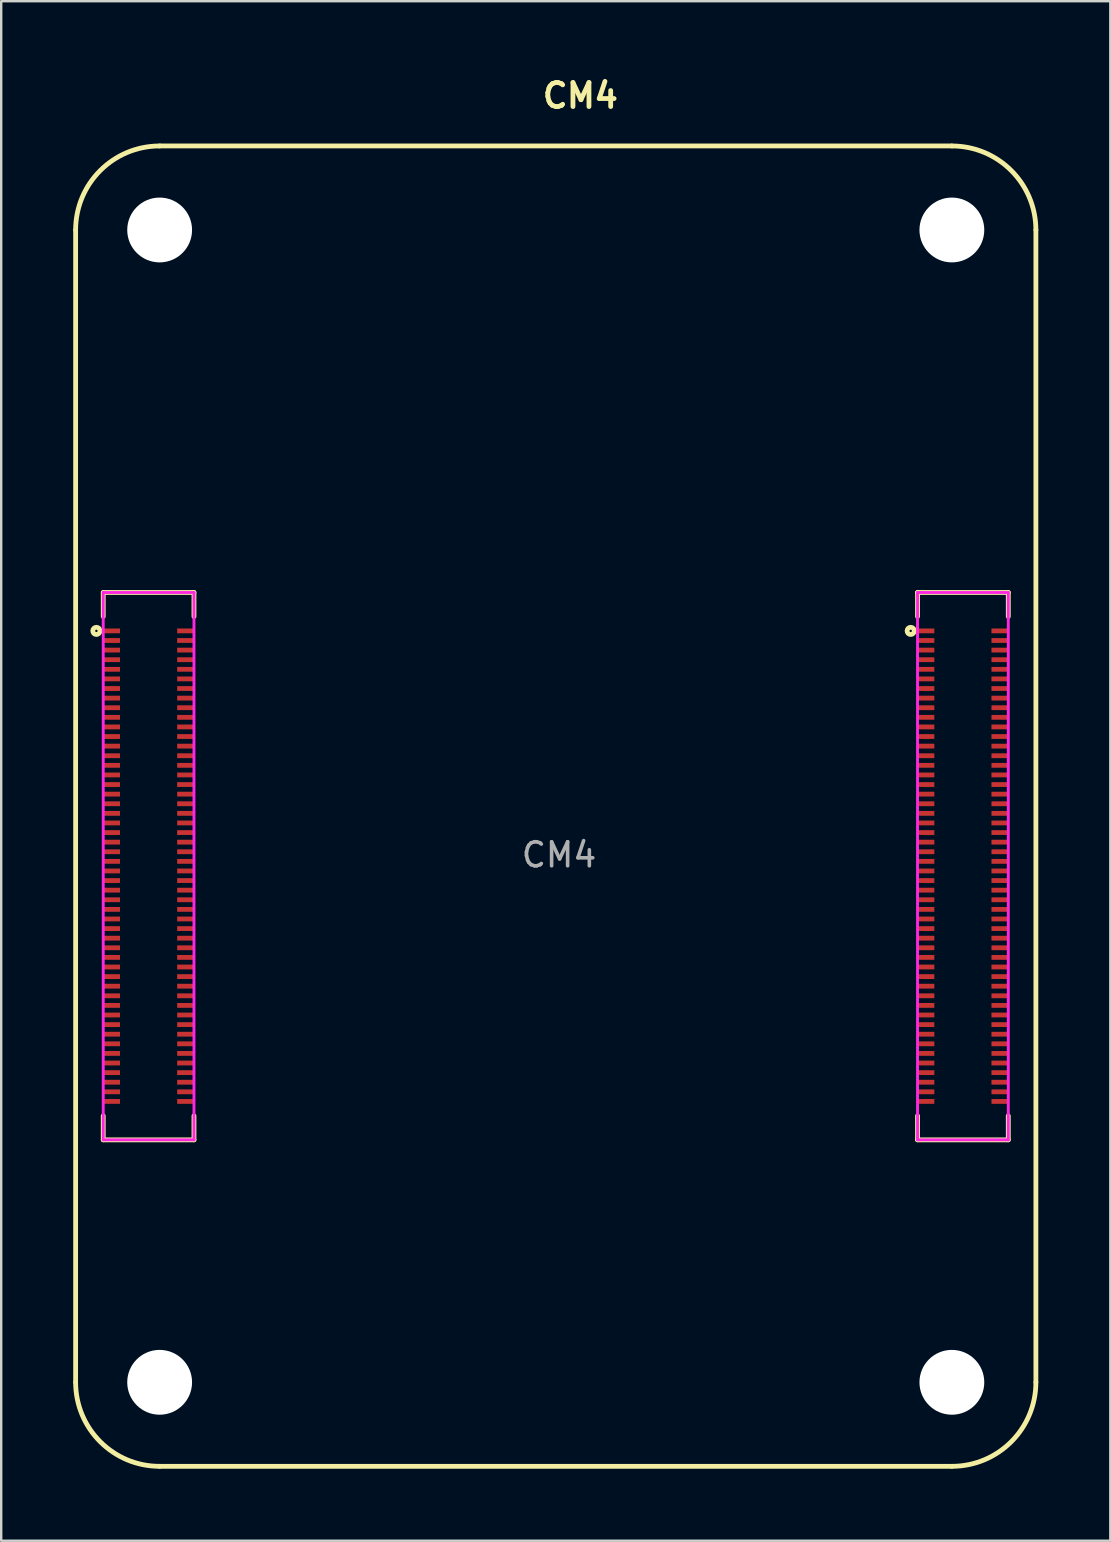
<source format=kicad_pcb>
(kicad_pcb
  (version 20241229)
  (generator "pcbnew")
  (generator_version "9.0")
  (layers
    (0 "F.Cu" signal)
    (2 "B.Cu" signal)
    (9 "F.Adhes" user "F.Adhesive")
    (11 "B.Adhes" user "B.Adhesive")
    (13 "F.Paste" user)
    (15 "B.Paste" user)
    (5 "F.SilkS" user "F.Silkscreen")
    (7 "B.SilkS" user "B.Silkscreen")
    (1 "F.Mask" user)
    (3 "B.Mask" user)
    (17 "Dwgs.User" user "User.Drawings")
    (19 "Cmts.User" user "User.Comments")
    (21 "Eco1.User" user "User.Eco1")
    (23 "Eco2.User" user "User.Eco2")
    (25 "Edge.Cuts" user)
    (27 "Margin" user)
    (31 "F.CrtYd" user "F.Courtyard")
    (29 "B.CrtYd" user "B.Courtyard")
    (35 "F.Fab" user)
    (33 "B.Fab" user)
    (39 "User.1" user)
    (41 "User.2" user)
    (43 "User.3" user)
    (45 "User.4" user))
  (footprint "CM4"
    (layer "F.Cu")
    (at 3.515 54.465)
    (property "Reference" "CM4" (at 17.611 -53.529 0) (unlocked yes) (layer "F.SilkS") (effects (font (size 1 1) (thickness 0.2))))
    (attr smd)
    (fp_line (start -3.415 -47.935) (end -3.415 0.065) (stroke (width 0.2) (type solid)) (layer "F.SilkS"))
    (fp_line (start -2.265 -32.835) (end -2.265 -31.835) (stroke (width 0.2) (type solid)) (layer "F.SilkS"))
    (fp_line (start -2.265 -32.835) (end 1.515 -32.835) (stroke (width 0.2) (type solid)) (layer "F.SilkS"))
    (fp_line (start -2.265 -10.035) (end -2.265 -11.035) (stroke (width 0.2) (type solid)) (layer "F.SilkS"))
    (fp_line (start -2.265 -10.035) (end 1.515 -10.035) (stroke (width 0.2) (type solid)) (layer "F.SilkS"))
    (fp_line (start 0.085 3.565) (end 33.085 3.565) (stroke (width 0.2) (type solid)) (layer "F.SilkS"))
    (fp_line (start 1.515 -32.835) (end 1.515 -31.835) (stroke (width 0.2) (type solid)) (layer "F.SilkS"))
    (fp_line (start 1.515 -10.035) (end 1.515 -11.035) (stroke (width 0.2) (type solid)) (layer "F.SilkS"))
    (fp_line (start 31.655 -32.835) (end 31.655 -31.835) (stroke (width 0.2) (type solid)) (layer "F.SilkS"))
    (fp_line (start 31.655 -32.835) (end 35.435 -32.835) (stroke (width 0.2) (type solid)) (layer "F.SilkS"))
    (fp_line (start 31.655 -10.035) (end 31.655 -11.035) (stroke (width 0.2) (type solid)) (layer "F.SilkS"))
    (fp_line (start 31.655 -10.035) (end 35.435 -10.035) (stroke (width 0.2) (type solid)) (layer "F.SilkS"))
    (fp_line (start 33.085 -51.435) (end 0.085 -51.435) (stroke (width 0.2) (type solid)) (layer "F.SilkS"))
    (fp_line (start 35.435 -32.835) (end 35.435 -31.835) (stroke (width 0.2) (type solid)) (layer "F.SilkS"))
    (fp_line (start 35.435 -10.035) (end 35.435 -11.035) (stroke (width 0.2) (type solid)) (layer "F.SilkS"))
    (fp_line (start 36.585 0.065) (end 36.585 -47.935) (stroke (width 0.2) (type solid)) (layer "F.SilkS"))
    (fp_arc (start -3.414874 -47.934874) (mid -2.389748 -50.409748) (end 0.085126 -51.434874) (stroke (width 0.2) (type solid)) (layer "F.SilkS"))
    (fp_arc (start 0.085126 3.565126) (mid -2.389748 2.54) (end -3.414874 0.065126) (stroke (width 0.2) (type solid)) (layer "F.SilkS"))
    (fp_arc (start 33.085126 -51.434874) (mid 35.56 -50.409748) (end 36.585126 -47.934874) (stroke (width 0.2) (type solid)) (layer "F.SilkS"))
    (fp_arc (start 36.585126 0.065126) (mid 35.56 2.54) (end 33.085126 3.565126) (stroke (width 0.2) (type solid)) (layer "F.SilkS"))
    (fp_circle (center -2.55 -31.235) (end -2.5 -31.235) (stroke (width 0.2) (type solid)) (fill no) (layer "F.SilkS"))
    (fp_circle (center 31.37 -31.235) (end 31.42 -31.235) (stroke (width 0.2) (type solid)) (fill no) (layer "F.SilkS"))
    (fp_line (start -2.265 -32.835) (end 1.515 -32.835) (stroke (width 0.12) (type solid)) (layer "F.CrtYd"))
    (fp_line (start -2.265 -10.035) (end -2.265 -32.835) (stroke (width 0.12) (type solid)) (layer "F.CrtYd"))
    (fp_line (start 1.515 -32.835) (end 1.515 -10.035) (stroke (width 0.12) (type solid)) (layer "F.CrtYd"))
    (fp_line (start 1.515 -10.035) (end -2.265 -10.035) (stroke (width 0.12) (type solid)) (layer "F.CrtYd"))
    (fp_line (start 31.655 -32.835) (end 35.435 -32.835) (stroke (width 0.12) (type solid)) (layer "F.CrtYd"))
    (fp_line (start 31.655 -10.035) (end 31.655 -32.835) (stroke (width 0.12) (type solid)) (layer "F.CrtYd"))
    (fp_line (start 35.435 -32.835) (end 35.435 -10.035) (stroke (width 0.12) (type solid)) (layer "F.CrtYd"))
    (fp_line (start 35.435 -10.035) (end 31.655 -10.035) (stroke (width 0.12) (type solid)) (layer "F.CrtYd"))
    (fp_text user "${REFERENCE}" (at 16.722 -21.906 0) (unlocked yes) (layer "F.Fab") (effects (font (size 1 1) (thickness 0.15))))
    (pad "" np_thru_hole circle (at 0.085 -47.935) (size 2.7 2.7) (drill 2.7) (layers "*.Cu" "*.Mask"))
    (pad "" np_thru_hole circle (at 0.085 0.065) (size 2.7 2.7) (drill 2.7) (layers "*.Cu" "*.Mask"))
    (pad "" np_thru_hole circle (at 33.085 -47.935) (size 2.7 2.7) (drill 2.7) (layers "*.Cu" "*.Mask"))
    (pad "" np_thru_hole circle (at 33.085 0.065) (size 2.7 2.7) (drill 2.7) (layers "*.Cu" "*.Mask"))
    (pad "1" smd rect (at -1.915 -31.235 270) (size 0.2 0.7) (layers "F.Cu" "F.Mask" "F.Paste"))
    (pad "2" smd rect (at 1.165 -31.235 270) (size 0.2 0.7) (layers "F.Cu" "F.Mask" "F.Paste"))
    (pad "3" smd rect (at -1.915 -30.835 270) (size 0.2 0.7) (layers "F.Cu" "F.Mask" "F.Paste"))
    (pad "4" smd rect (at 1.165 -30.835 270) (size 0.2 0.7) (layers "F.Cu" "F.Mask" "F.Paste"))
    (pad "5" smd rect (at -1.915 -30.435 270) (size 0.2 0.7) (layers "F.Cu" "F.Mask" "F.Paste"))
    (pad "6" smd rect (at 1.165 -30.435 270) (size 0.2 0.7) (layers "F.Cu" "F.Mask" "F.Paste"))
    (pad "7" smd rect (at -1.915 -30.035 270) (size 0.2 0.7) (layers "F.Cu" "F.Mask" "F.Paste"))
    (pad "8" smd rect (at 1.165 -30.035 270) (size 0.2 0.7) (layers "F.Cu" "F.Mask" "F.Paste"))
    (pad "9" smd rect (at -1.915 -29.635 270) (size 0.2 0.7) (layers "F.Cu" "F.Mask" "F.Paste"))
    (pad "10" smd rect (at 1.165 -29.635 270) (size 0.2 0.7) (layers "F.Cu" "F.Mask" "F.Paste"))
    (pad "11" smd rect (at -1.915 -29.235 270) (size 0.2 0.7) (layers "F.Cu" "F.Mask" "F.Paste"))
    (pad "12" smd rect (at 1.165 -29.235 270) (size 0.2 0.7) (layers "F.Cu" "F.Mask" "F.Paste"))
    (pad "13" smd rect (at -1.915 -28.835 270) (size 0.2 0.7) (layers "F.Cu" "F.Mask" "F.Paste"))
    (pad "14" smd rect (at 1.165 -28.835 270) (size 0.2 0.7) (layers "F.Cu" "F.Mask" "F.Paste"))
    (pad "15" smd rect (at -1.915 -28.435 270) (size 0.2 0.7) (layers "F.Cu" "F.Mask" "F.Paste"))
    (pad "16" smd rect (at 1.165 -28.435 270) (size 0.2 0.7) (layers "F.Cu" "F.Mask" "F.Paste"))
    (pad "17" smd rect (at -1.915 -28.035 270) (size 0.2 0.7) (layers "F.Cu" "F.Mask" "F.Paste"))
    (pad "18" smd rect (at 1.165 -28.035 270) (size 0.2 0.7) (layers "F.Cu" "F.Mask" "F.Paste"))
    (pad "19" smd rect (at -1.915 -27.635 270) (size 0.2 0.7) (layers "F.Cu" "F.Mask" "F.Paste"))
    (pad "20" smd rect (at 1.165 -27.635 270) (size 0.2 0.7) (layers "F.Cu" "F.Mask" "F.Paste"))
    (pad "21" smd rect (at -1.915 -27.235 270) (size 0.2 0.7) (layers "F.Cu" "F.Mask" "F.Paste"))
    (pad "22" smd rect (at 1.165 -27.235 270) (size 0.2 0.7) (layers "F.Cu" "F.Mask" "F.Paste"))
    (pad "23" smd rect (at -1.915 -26.835 270) (size 0.2 0.7) (layers "F.Cu" "F.Mask" "F.Paste"))
    (pad "24" smd rect (at 1.165 -26.835 270) (size 0.2 0.7) (layers "F.Cu" "F.Mask" "F.Paste"))
    (pad "25" smd rect (at -1.915 -26.435 270) (size 0.2 0.7) (layers "F.Cu" "F.Mask" "F.Paste"))
    (pad "26" smd rect (at 1.165 -26.435 270) (size 0.2 0.7) (layers "F.Cu" "F.Mask" "F.Paste"))
    (pad "27" smd rect (at -1.915 -26.035 270) (size 0.2 0.7) (layers "F.Cu" "F.Mask" "F.Paste"))
    (pad "28" smd rect (at 1.165 -26.035 270) (size 0.2 0.7) (layers "F.Cu" "F.Mask" "F.Paste"))
    (pad "29" smd rect (at -1.915 -25.635 270) (size 0.2 0.7) (layers "F.Cu" "F.Mask" "F.Paste"))
    (pad "30" smd rect (at 1.165 -25.635 270) (size 0.2 0.7) (layers "F.Cu" "F.Mask" "F.Paste"))
    (pad "31" smd rect (at -1.915 -25.235 270) (size 0.2 0.7) (layers "F.Cu" "F.Mask" "F.Paste"))
    (pad "32" smd rect (at 1.165 -25.235 270) (size 0.2 0.7) (layers "F.Cu" "F.Mask" "F.Paste"))
    (pad "33" smd rect (at -1.915 -24.835 270) (size 0.2 0.7) (layers "F.Cu" "F.Mask" "F.Paste"))
    (pad "34" smd rect (at 1.165 -24.835 270) (size 0.2 0.7) (layers "F.Cu" "F.Mask" "F.Paste"))
    (pad "35" smd rect (at -1.915 -24.435 270) (size 0.2 0.7) (layers "F.Cu" "F.Mask" "F.Paste"))
    (pad "36" smd rect (at 1.165 -24.435 270) (size 0.2 0.7) (layers "F.Cu" "F.Mask" "F.Paste"))
    (pad "37" smd rect (at -1.915 -24.035 270) (size 0.2 0.7) (layers "F.Cu" "F.Mask" "F.Paste"))
    (pad "38" smd rect (at 1.165 -24.035 270) (size 0.2 0.7) (layers "F.Cu" "F.Mask" "F.Paste"))
    (pad "39" smd rect (at -1.915 -23.635 270) (size 0.2 0.7) (layers "F.Cu" "F.Mask" "F.Paste"))
    (pad "40" smd rect (at 1.165 -23.635 270) (size 0.2 0.7) (layers "F.Cu" "F.Mask" "F.Paste"))
    (pad "41" smd rect (at -1.915 -23.235 270) (size 0.2 0.7) (layers "F.Cu" "F.Mask" "F.Paste"))
    (pad "42" smd rect (at 1.165 -23.235 270) (size 0.2 0.7) (layers "F.Cu" "F.Mask" "F.Paste"))
    (pad "43" smd rect (at -1.915 -22.835 270) (size 0.2 0.7) (layers "F.Cu" "F.Mask" "F.Paste"))
    (pad "44" smd rect (at 1.165 -22.835 270) (size 0.2 0.7) (layers "F.Cu" "F.Mask" "F.Paste"))
    (pad "45" smd rect (at -1.915 -22.435 270) (size 0.2 0.7) (layers "F.Cu" "F.Mask" "F.Paste"))
    (pad "46" smd rect (at 1.165 -22.435 270) (size 0.2 0.7) (layers "F.Cu" "F.Mask" "F.Paste"))
    (pad "47" smd rect (at -1.915 -22.035 270) (size 0.2 0.7) (layers "F.Cu" "F.Mask" "F.Paste"))
    (pad "48" smd rect (at 1.165 -22.035 270) (size 0.2 0.7) (layers "F.Cu" "F.Mask" "F.Paste"))
    (pad "49" smd rect (at -1.915 -21.635 270) (size 0.2 0.7) (layers "F.Cu" "F.Mask" "F.Paste"))
    (pad "50" smd rect (at 1.165 -21.635 270) (size 0.2 0.7) (layers "F.Cu" "F.Mask" "F.Paste"))
    (pad "51" smd rect (at -1.915 -21.235 270) (size 0.2 0.7) (layers "F.Cu" "F.Mask" "F.Paste"))
    (pad "52" smd rect (at 1.165 -21.235 270) (size 0.2 0.7) (layers "F.Cu" "F.Mask" "F.Paste"))
    (pad "53" smd rect (at -1.915 -20.835 270) (size 0.2 0.7) (layers "F.Cu" "F.Mask" "F.Paste"))
    (pad "54" smd rect (at 1.165 -20.835 270) (size 0.2 0.7) (layers "F.Cu" "F.Mask" "F.Paste"))
    (pad "55" smd rect (at -1.915 -20.435 270) (size 0.2 0.7) (layers "F.Cu" "F.Mask" "F.Paste"))
    (pad "56" smd rect (at 1.165 -20.435 270) (size 0.2 0.7) (layers "F.Cu" "F.Mask" "F.Paste"))
    (pad "57" smd rect (at -1.915 -20.035 270) (size 0.2 0.7) (layers "F.Cu" "F.Mask" "F.Paste"))
    (pad "58" smd rect (at 1.165 -20.035 270) (size 0.2 0.7) (layers "F.Cu" "F.Mask" "F.Paste"))
    (pad "59" smd rect (at -1.915 -19.635 270) (size 0.2 0.7) (layers "F.Cu" "F.Mask" "F.Paste"))
    (pad "60" smd rect (at 1.165 -19.635 270) (size 0.2 0.7) (layers "F.Cu" "F.Mask" "F.Paste"))
    (pad "61" smd rect (at -1.915 -19.235 270) (size 0.2 0.7) (layers "F.Cu" "F.Mask" "F.Paste"))
    (pad "62" smd rect (at 1.165 -19.235 270) (size 0.2 0.7) (layers "F.Cu" "F.Mask" "F.Paste"))
    (pad "63" smd rect (at -1.915 -18.835 270) (size 0.2 0.7) (layers "F.Cu" "F.Mask" "F.Paste"))
    (pad "64" smd rect (at 1.165 -18.835 270) (size 0.2 0.7) (layers "F.Cu" "F.Mask" "F.Paste"))
    (pad "65" smd rect (at -1.915 -18.435 270) (size 0.2 0.7) (layers "F.Cu" "F.Mask" "F.Paste"))
    (pad "66" smd rect (at 1.165 -18.435 270) (size 0.2 0.7) (layers "F.Cu" "F.Mask" "F.Paste"))
    (pad "67" smd rect (at -1.915 -18.035 270) (size 0.2 0.7) (layers "F.Cu" "F.Mask" "F.Paste"))
    (pad "68" smd rect (at 1.165 -18.035 270) (size 0.2 0.7) (layers "F.Cu" "F.Mask" "F.Paste"))
    (pad "69" smd rect (at -1.915 -17.635 270) (size 0.2 0.7) (layers "F.Cu" "F.Mask" "F.Paste"))
    (pad "70" smd rect (at 1.165 -17.635 270) (size 0.2 0.7) (layers "F.Cu" "F.Mask" "F.Paste"))
    (pad "71" smd rect (at -1.915 -17.235 270) (size 0.2 0.7) (layers "F.Cu" "F.Mask" "F.Paste"))
    (pad "72" smd rect (at 1.165 -17.235 270) (size 0.2 0.7) (layers "F.Cu" "F.Mask" "F.Paste"))
    (pad "73" smd rect (at -1.915 -16.835 270) (size 0.2 0.7) (layers "F.Cu" "F.Mask" "F.Paste"))
    (pad "74" smd rect (at 1.165 -16.835 270) (size 0.2 0.7) (layers "F.Cu" "F.Mask" "F.Paste"))
    (pad "75" smd rect (at -1.915 -16.435 270) (size 0.2 0.7) (layers "F.Cu" "F.Mask" "F.Paste"))
    (pad "76" smd rect (at 1.165 -16.435 270) (size 0.2 0.7) (layers "F.Cu" "F.Mask" "F.Paste"))
    (pad "77" smd rect (at -1.915 -16.035 270) (size 0.2 0.7) (layers "F.Cu" "F.Mask" "F.Paste"))
    (pad "78" smd rect (at 1.165 -16.035 270) (size 0.2 0.7) (layers "F.Cu" "F.Mask" "F.Paste"))
    (pad "79" smd rect (at -1.915 -15.635 270) (size 0.2 0.7) (layers "F.Cu" "F.Mask" "F.Paste"))
    (pad "80" smd rect (at 1.165 -15.635 270) (size 0.2 0.7) (layers "F.Cu" "F.Mask" "F.Paste"))
    (pad "81" smd rect (at -1.915 -15.235 270) (size 0.2 0.7) (layers "F.Cu" "F.Mask" "F.Paste"))
    (pad "82" smd rect (at 1.165 -15.235 270) (size 0.2 0.7) (layers "F.Cu" "F.Mask" "F.Paste"))
    (pad "83" smd rect (at -1.915 -14.835 270) (size 0.2 0.7) (layers "F.Cu" "F.Mask" "F.Paste"))
    (pad "84" smd rect (at 1.165 -14.835 270) (size 0.2 0.7) (layers "F.Cu" "F.Mask" "F.Paste"))
    (pad "85" smd rect (at -1.915 -14.435 270) (size 0.2 0.7) (layers "F.Cu" "F.Mask" "F.Paste"))
    (pad "86" smd rect (at 1.165 -14.435 270) (size 0.2 0.7) (layers "F.Cu" "F.Mask" "F.Paste"))
    (pad "87" smd rect (at -1.915 -14.035 270) (size 0.2 0.7) (layers "F.Cu" "F.Mask" "F.Paste"))
    (pad "88" smd rect (at 1.165 -14.035 270) (size 0.2 0.7) (layers "F.Cu" "F.Mask" "F.Paste"))
    (pad "89" smd rect (at -1.915 -13.635 270) (size 0.2 0.7) (layers "F.Cu" "F.Mask" "F.Paste"))
    (pad "90" smd rect (at 1.165 -13.635 270) (size 0.2 0.7) (layers "F.Cu" "F.Mask" "F.Paste"))
    (pad "91" smd rect (at -1.915 -13.235 270) (size 0.2 0.7) (layers "F.Cu" "F.Mask" "F.Paste"))
    (pad "92" smd rect (at 1.165 -13.235 270) (size 0.2 0.7) (layers "F.Cu" "F.Mask" "F.Paste"))
    (pad "93" smd rect (at -1.915 -12.835 270) (size 0.2 0.7) (layers "F.Cu" "F.Mask" "F.Paste"))
    (pad "94" smd rect (at 1.165 -12.835 270) (size 0.2 0.7) (layers "F.Cu" "F.Mask" "F.Paste"))
    (pad "95" smd rect (at -1.915 -12.435 270) (size 0.2 0.7) (layers "F.Cu" "F.Mask" "F.Paste"))
    (pad "96" smd rect (at 1.165 -12.435 270) (size 0.2 0.7) (layers "F.Cu" "F.Mask" "F.Paste"))
    (pad "97" smd rect (at -1.915 -12.035 270) (size 0.2 0.7) (layers "F.Cu" "F.Mask" "F.Paste"))
    (pad "98" smd rect (at 1.165 -12.035 270) (size 0.2 0.7) (layers "F.Cu" "F.Mask" "F.Paste"))
    (pad "99" smd rect (at -1.915 -11.635 270) (size 0.2 0.7) (layers "F.Cu" "F.Mask" "F.Paste"))
    (pad "100" smd rect (at 1.165 -11.635 270) (size 0.2 0.7) (layers "F.Cu" "F.Mask" "F.Paste"))
    (pad "101" smd rect (at 32.005 -31.235 270) (size 0.2 0.7) (layers "F.Cu" "F.Mask" "F.Paste"))
    (pad "102" smd rect (at 35.085 -31.235 270) (size 0.2 0.7) (layers "F.Cu" "F.Mask" "F.Paste"))
    (pad "103" smd rect (at 32.005 -30.835 270) (size 0.2 0.7) (layers "F.Cu" "F.Mask" "F.Paste"))
    (pad "104" smd rect (at 35.085 -30.835 270) (size 0.2 0.7) (layers "F.Cu" "F.Mask" "F.Paste"))
    (pad "105" smd rect (at 32.005 -30.435 270) (size 0.2 0.7) (layers "F.Cu" "F.Mask" "F.Paste"))
    (pad "106" smd rect (at 35.085 -30.435 270) (size 0.2 0.7) (layers "F.Cu" "F.Mask" "F.Paste"))
    (pad "107" smd rect (at 32.005 -30.035 270) (size 0.2 0.7) (layers "F.Cu" "F.Mask" "F.Paste"))
    (pad "108" smd rect (at 35.085 -30.035 270) (size 0.2 0.7) (layers "F.Cu" "F.Mask" "F.Paste"))
    (pad "109" smd rect (at 32.005 -29.635 270) (size 0.2 0.7) (layers "F.Cu" "F.Mask" "F.Paste"))
    (pad "110" smd rect (at 35.085 -29.635 270) (size 0.2 0.7) (layers "F.Cu" "F.Mask" "F.Paste"))
    (pad "111" smd rect (at 32.005 -29.235 270) (size 0.2 0.7) (layers "F.Cu" "F.Mask" "F.Paste"))
    (pad "112" smd rect (at 35.085 -29.235 270) (size 0.2 0.7) (layers "F.Cu" "F.Mask" "F.Paste"))
    (pad "113" smd rect (at 32.005 -28.835 270) (size 0.2 0.7) (layers "F.Cu" "F.Mask" "F.Paste"))
    (pad "114" smd rect (at 35.085 -28.835 270) (size 0.2 0.7) (layers "F.Cu" "F.Mask" "F.Paste"))
    (pad "115" smd rect (at 32.005 -28.435 270) (size 0.2 0.7) (layers "F.Cu" "F.Mask" "F.Paste"))
    (pad "116" smd rect (at 35.085 -28.435 270) (size 0.2 0.7) (layers "F.Cu" "F.Mask" "F.Paste"))
    (pad "117" smd rect (at 32.005 -28.035 270) (size 0.2 0.7) (layers "F.Cu" "F.Mask" "F.Paste"))
    (pad "118" smd rect (at 35.085 -28.035 270) (size 0.2 0.7) (layers "F.Cu" "F.Mask" "F.Paste"))
    (pad "119" smd rect (at 32.005 -27.635 270) (size 0.2 0.7) (layers "F.Cu" "F.Mask" "F.Paste"))
    (pad "120" smd rect (at 35.085 -27.635 270) (size 0.2 0.7) (layers "F.Cu" "F.Mask" "F.Paste"))
    (pad "121" smd rect (at 32.005 -27.235 270) (size 0.2 0.7) (layers "F.Cu" "F.Mask" "F.Paste"))
    (pad "122" smd rect (at 35.085 -27.235 270) (size 0.2 0.7) (layers "F.Cu" "F.Mask" "F.Paste"))
    (pad "123" smd rect (at 32.005 -26.835 270) (size 0.2 0.7) (layers "F.Cu" "F.Mask" "F.Paste"))
    (pad "124" smd rect (at 35.085 -26.835 270) (size 0.2 0.7) (layers "F.Cu" "F.Mask" "F.Paste"))
    (pad "125" smd rect (at 32.005 -26.435 270) (size 0.2 0.7) (layers "F.Cu" "F.Mask" "F.Paste"))
    (pad "126" smd rect (at 35.085 -26.435 270) (size 0.2 0.7) (layers "F.Cu" "F.Mask" "F.Paste"))
    (pad "127" smd rect (at 32.005 -26.035 270) (size 0.2 0.7) (layers "F.Cu" "F.Mask" "F.Paste"))
    (pad "128" smd rect (at 35.085 -26.035 270) (size 0.2 0.7) (layers "F.Cu" "F.Mask" "F.Paste"))
    (pad "129" smd rect (at 32.005 -25.635 270) (size 0.2 0.7) (layers "F.Cu" "F.Mask" "F.Paste"))
    (pad "130" smd rect (at 35.085 -25.635 270) (size 0.2 0.7) (layers "F.Cu" "F.Mask" "F.Paste"))
    (pad "131" smd rect (at 32.005 -25.235 270) (size 0.2 0.7) (layers "F.Cu" "F.Mask" "F.Paste"))
    (pad "132" smd rect (at 35.085 -25.235 270) (size 0.2 0.7) (layers "F.Cu" "F.Mask" "F.Paste"))
    (pad "133" smd rect (at 32.005 -24.835 270) (size 0.2 0.7) (layers "F.Cu" "F.Mask" "F.Paste"))
    (pad "134" smd rect (at 35.085 -24.835 270) (size 0.2 0.7) (layers "F.Cu" "F.Mask" "F.Paste"))
    (pad "135" smd rect (at 32.005 -24.435 270) (size 0.2 0.7) (layers "F.Cu" "F.Mask" "F.Paste"))
    (pad "136" smd rect (at 35.085 -24.435 270) (size 0.2 0.7) (layers "F.Cu" "F.Mask" "F.Paste"))
    (pad "137" smd rect (at 32.005 -24.035 270) (size 0.2 0.7) (layers "F.Cu" "F.Mask" "F.Paste"))
    (pad "138" smd rect (at 35.085 -24.035 270) (size 0.2 0.7) (layers "F.Cu" "F.Mask" "F.Paste"))
    (pad "139" smd rect (at 32.005 -23.635 270) (size 0.2 0.7) (layers "F.Cu" "F.Mask" "F.Paste"))
    (pad "140" smd rect (at 35.085 -23.635 270) (size 0.2 0.7) (layers "F.Cu" "F.Mask" "F.Paste"))
    (pad "141" smd rect (at 32.005 -23.235 270) (size 0.2 0.7) (layers "F.Cu" "F.Mask" "F.Paste"))
    (pad "142" smd rect (at 35.085 -23.235 270) (size 0.2 0.7) (layers "F.Cu" "F.Mask" "F.Paste"))
    (pad "143" smd rect (at 32.005 -22.835 270) (size 0.2 0.7) (layers "F.Cu" "F.Mask" "F.Paste"))
    (pad "144" smd rect (at 35.085 -22.835 270) (size 0.2 0.7) (layers "F.Cu" "F.Mask" "F.Paste"))
    (pad "145" smd rect (at 32.005 -22.435 270) (size 0.2 0.7) (layers "F.Cu" "F.Mask" "F.Paste"))
    (pad "146" smd rect (at 35.085 -22.435 270) (size 0.2 0.7) (layers "F.Cu" "F.Mask" "F.Paste"))
    (pad "147" smd rect (at 32.005 -22.035 270) (size 0.2 0.7) (layers "F.Cu" "F.Mask" "F.Paste"))
    (pad "148" smd rect (at 35.085 -22.035 270) (size 0.2 0.7) (layers "F.Cu" "F.Mask" "F.Paste"))
    (pad "149" smd rect (at 32.005 -21.635 270) (size 0.2 0.7) (layers "F.Cu" "F.Mask" "F.Paste"))
    (pad "150" smd rect (at 35.085 -21.635 270) (size 0.2 0.7) (layers "F.Cu" "F.Mask" "F.Paste"))
    (pad "151" smd rect (at 32.005 -21.235 270) (size 0.2 0.7) (layers "F.Cu" "F.Mask" "F.Paste"))
    (pad "152" smd rect (at 35.085 -21.235 270) (size 0.2 0.7) (layers "F.Cu" "F.Mask" "F.Paste"))
    (pad "153" smd rect (at 32.005 -20.835 270) (size 0.2 0.7) (layers "F.Cu" "F.Mask" "F.Paste"))
    (pad "154" smd rect (at 35.085 -20.835 270) (size 0.2 0.7) (layers "F.Cu" "F.Mask" "F.Paste"))
    (pad "155" smd rect (at 32.005 -20.435 270) (size 0.2 0.7) (layers "F.Cu" "F.Mask" "F.Paste"))
    (pad "156" smd rect (at 35.085 -20.435 270) (size 0.2 0.7) (layers "F.Cu" "F.Mask" "F.Paste"))
    (pad "157" smd rect (at 32.005 -20.035 270) (size 0.2 0.7) (layers "F.Cu" "F.Mask" "F.Paste"))
    (pad "158" smd rect (at 35.085 -20.035 270) (size 0.2 0.7) (layers "F.Cu" "F.Mask" "F.Paste"))
    (pad "159" smd rect (at 32.005 -19.635 270) (size 0.2 0.7) (layers "F.Cu" "F.Mask" "F.Paste"))
    (pad "160" smd rect (at 35.085 -19.635 270) (size 0.2 0.7) (layers "F.Cu" "F.Mask" "F.Paste"))
    (pad "161" smd rect (at 32.005 -19.235 270) (size 0.2 0.7) (layers "F.Cu" "F.Mask" "F.Paste"))
    (pad "162" smd rect (at 35.085 -19.235 270) (size 0.2 0.7) (layers "F.Cu" "F.Mask" "F.Paste"))
    (pad "163" smd rect (at 32.005 -18.835 270) (size 0.2 0.7) (layers "F.Cu" "F.Mask" "F.Paste"))
    (pad "164" smd rect (at 35.085 -18.835 270) (size 0.2 0.7) (layers "F.Cu" "F.Mask" "F.Paste"))
    (pad "165" smd rect (at 32.005 -18.435 270) (size 0.2 0.7) (layers "F.Cu" "F.Mask" "F.Paste"))
    (pad "166" smd rect (at 35.085 -18.435 270) (size 0.2 0.7) (layers "F.Cu" "F.Mask" "F.Paste"))
    (pad "167" smd rect (at 32.005 -18.035 270) (size 0.2 0.7) (layers "F.Cu" "F.Mask" "F.Paste"))
    (pad "168" smd rect (at 35.085 -18.035 270) (size 0.2 0.7) (layers "F.Cu" "F.Mask" "F.Paste"))
    (pad "169" smd rect (at 32.005 -17.635 270) (size 0.2 0.7) (layers "F.Cu" "F.Mask" "F.Paste"))
    (pad "170" smd rect (at 35.085 -17.635 270) (size 0.2 0.7) (layers "F.Cu" "F.Mask" "F.Paste"))
    (pad "171" smd rect (at 32.005 -17.235 270) (size 0.2 0.7) (layers "F.Cu" "F.Mask" "F.Paste"))
    (pad "172" smd rect (at 35.085 -17.235 270) (size 0.2 0.7) (layers "F.Cu" "F.Mask" "F.Paste"))
    (pad "173" smd rect (at 32.005 -16.835 270) (size 0.2 0.7) (layers "F.Cu" "F.Mask" "F.Paste"))
    (pad "174" smd rect (at 35.085 -16.835 270) (size 0.2 0.7) (layers "F.Cu" "F.Mask" "F.Paste"))
    (pad "175" smd rect (at 32.005 -16.435 270) (size 0.2 0.7) (layers "F.Cu" "F.Mask" "F.Paste"))
    (pad "176" smd rect (at 35.085 -16.435 270) (size 0.2 0.7) (layers "F.Cu" "F.Mask" "F.Paste"))
    (pad "177" smd rect (at 32.005 -16.035 270) (size 0.2 0.7) (layers "F.Cu" "F.Mask" "F.Paste"))
    (pad "178" smd rect (at 35.085 -16.035 270) (size 0.2 0.7) (layers "F.Cu" "F.Mask" "F.Paste"))
    (pad "179" smd rect (at 32.005 -15.635 270) (size 0.2 0.7) (layers "F.Cu" "F.Mask" "F.Paste"))
    (pad "180" smd rect (at 35.085 -15.635 270) (size 0.2 0.7) (layers "F.Cu" "F.Mask" "F.Paste"))
    (pad "181" smd rect (at 32.005 -15.235 270) (size 0.2 0.7) (layers "F.Cu" "F.Mask" "F.Paste"))
    (pad "182" smd rect (at 35.085 -15.235 270) (size 0.2 0.7) (layers "F.Cu" "F.Mask" "F.Paste"))
    (pad "183" smd rect (at 32.005 -14.835 270) (size 0.2 0.7) (layers "F.Cu" "F.Mask" "F.Paste"))
    (pad "184" smd rect (at 35.085 -14.835 270) (size 0.2 0.7) (layers "F.Cu" "F.Mask" "F.Paste"))
    (pad "185" smd rect (at 32.005 -14.435 270) (size 0.2 0.7) (layers "F.Cu" "F.Mask" "F.Paste"))
    (pad "186" smd rect (at 35.085 -14.435 270) (size 0.2 0.7) (layers "F.Cu" "F.Mask" "F.Paste"))
    (pad "187" smd rect (at 32.005 -14.035 270) (size 0.2 0.7) (layers "F.Cu" "F.Mask" "F.Paste"))
    (pad "188" smd rect (at 35.085 -14.035 270) (size 0.2 0.7) (layers "F.Cu" "F.Mask" "F.Paste"))
    (pad "189" smd rect (at 32.005 -13.635 270) (size 0.2 0.7) (layers "F.Cu" "F.Mask" "F.Paste"))
    (pad "190" smd rect (at 35.085 -13.635 270) (size 0.2 0.7) (layers "F.Cu" "F.Mask" "F.Paste"))
    (pad "191" smd rect (at 32.005 -13.235 270) (size 0.2 0.7) (layers "F.Cu" "F.Mask" "F.Paste"))
    (pad "192" smd rect (at 35.085 -13.235 270) (size 0.2 0.7) (layers "F.Cu" "F.Mask" "F.Paste"))
    (pad "193" smd rect (at 32.005 -12.835 270) (size 0.2 0.7) (layers "F.Cu" "F.Mask" "F.Paste"))
    (pad "194" smd rect (at 35.085 -12.835 270) (size 0.2 0.7) (layers "F.Cu" "F.Mask" "F.Paste"))
    (pad "195" smd rect (at 32.005 -12.435 270) (size 0.2 0.7) (layers "F.Cu" "F.Mask" "F.Paste"))
    (pad "196" smd rect (at 35.085 -12.435 270) (size 0.2 0.7) (layers "F.Cu" "F.Mask" "F.Paste"))
    (pad "197" smd rect (at 32.005 -12.035 270) (size 0.2 0.7) (layers "F.Cu" "F.Mask" "F.Paste"))
    (pad "198" smd rect (at 35.085 -12.035 270) (size 0.2 0.7) (layers "F.Cu" "F.Mask" "F.Paste"))
    (pad "199" smd rect (at 32.005 -11.635 270) (size 0.2 0.7) (layers "F.Cu" "F.Mask" "F.Paste"))
    (pad "200" smd rect (at 35.085 -11.635 270) (size 0.2 0.7) (layers "F.Cu" "F.Mask" "F.Paste")))
  (gr_rect
    (start -3 -3)
    (end 43.2 61.13)
    (stroke (width 0.1) (type default))
    (fill no)
    (layer "Edge.Cuts")))
</source>
